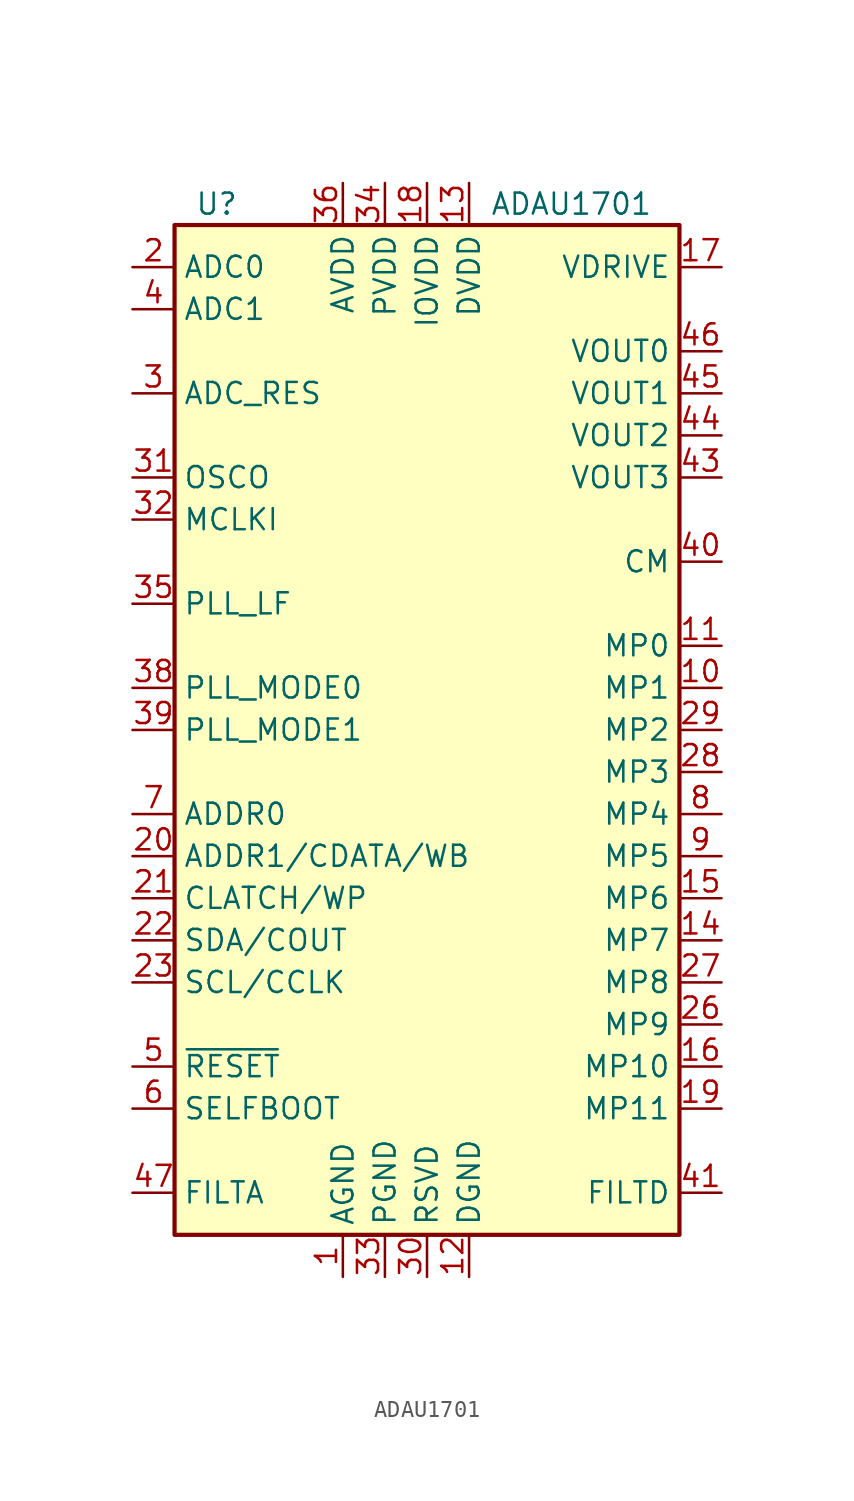
<source format=kicad_sym>
(kicad_symbol_lib
  (version 20201005)
  (generator kicad_symbol_editor)
  (symbol "ADAU1701"
    (property "Reference" "U"
      (at -12.7 31.75 0)
      (effects (font (size 1.27 1.27))))
    (property "Value" "ADAU1701"
      (at 3.81 31.75 0)
      (effects (font (size 1.27 1.27)) (justify left)))
    (symbol "ADAU1701_0_1"
      (rectangle (start -15.24 30.48) (end 15.24 -30.48) (stroke (width 0.254)) (fill (type background))))
    (symbol "ADAU1701_1_1"
      (pin power_in line (at -5.08 -33.02 90) (length 2.54) (name "AGND" (effects (font (size 1.27 1.27)))) (number "1" (effects (font (size 1.27 1.27)))))
      (pin bidirectional line (at 17.78 2.54 180) (length 2.54) (name "MP1" (effects (font (size 1.27 1.27)))) (number "10" (effects (font (size 1.27 1.27)))))
      (pin bidirectional line (at 17.78 5.08 180) (length 2.54) (name "MP0" (effects (font (size 1.27 1.27)))) (number "11" (effects (font (size 1.27 1.27)))))
      (pin power_in line (at 2.54 -33.02 90) (length 2.54) (name "DGND" (effects (font (size 1.27 1.27)))) (number "12" (effects (font (size 1.27 1.27)))))
      (pin power_in line (at 2.54 33.02 270) (length 2.54) (name "DVDD" (effects (font (size 1.27 1.27)))) (number "13" (effects (font (size 1.27 1.27)))))
      (pin bidirectional line (at 17.78 -12.7 180) (length 2.54) (name "MP7" (effects (font (size 1.27 1.27)))) (number "14" (effects (font (size 1.27 1.27)))))
      (pin bidirectional line (at 17.78 -10.16 180) (length 2.54) (name "MP6" (effects (font (size 1.27 1.27)))) (number "15" (effects (font (size 1.27 1.27)))))
      (pin bidirectional line (at 17.78 -20.32 180) (length 2.54) (name "MP10" (effects (font (size 1.27 1.27)))) (number "16" (effects (font (size 1.27 1.27)))))
      (pin output line (at 17.78 27.94 180) (length 2.54) (name "VDRIVE" (effects (font (size 1.27 1.27)))) (number "17" (effects (font (size 1.27 1.27)))))
      (pin power_in line (at 0 33.02 270) (length 2.54) (name "IOVDD" (effects (font (size 1.27 1.27)))) (number "18" (effects (font (size 1.27 1.27)))))
      (pin bidirectional line (at 17.78 -22.86 180) (length 2.54) (name "MP11" (effects (font (size 1.27 1.27)))) (number "19" (effects (font (size 1.27 1.27)))))
      (pin input line (at -17.78 27.94 0) (length 2.54) (name "ADC0" (effects (font (size 1.27 1.27)))) (number "2" (effects (font (size 1.27 1.27)))))
      (pin input line (at -17.78 -7.62 0) (length 2.54) (name "ADDR1/CDATA/WB" (effects (font (size 1.27 1.27)))) (number "20" (effects (font (size 1.27 1.27)))))
      (pin bidirectional line (at -17.78 -10.16 0) (length 2.54) (name "CLATCH/WP" (effects (font (size 1.27 1.27)))) (number "21" (effects (font (size 1.27 1.27)))))
      (pin bidirectional line (at -17.78 -12.7 0) (length 2.54) (name "SDA/COUT" (effects (font (size 1.27 1.27)))) (number "22" (effects (font (size 1.27 1.27)))))
      (pin bidirectional line (at -17.78 -15.24 0) (length 2.54) (name "SCL/CCLK" (effects (font (size 1.27 1.27)))) (number "23" (effects (font (size 1.27 1.27)))))
      (pin passive line (at 2.54 33.02 270) (length 2.54) hide (name "DVDD" (effects (font (size 1.27 1.27)))) (number "24" (effects (font (size 1.27 1.27)))))
      (pin passive line (at 2.54 -33.02 90) (length 2.54) hide (name "DGND" (effects (font (size 1.27 1.27)))) (number "25" (effects (font (size 1.27 1.27)))))
      (pin bidirectional line (at 17.78 -17.78 180) (length 2.54) (name "MP9" (effects (font (size 1.27 1.27)))) (number "26" (effects (font (size 1.27 1.27)))))
      (pin bidirectional line (at 17.78 -15.24 180) (length 2.54) (name "MP8" (effects (font (size 1.27 1.27)))) (number "27" (effects (font (size 1.27 1.27)))))
      (pin bidirectional line (at 17.78 -2.54 180) (length 2.54) (name "MP3" (effects (font (size 1.27 1.27)))) (number "28" (effects (font (size 1.27 1.27)))))
      (pin bidirectional line (at 17.78 0 180) (length 2.54) (name "MP2" (effects (font (size 1.27 1.27)))) (number "29" (effects (font (size 1.27 1.27)))))
      (pin passive line (at -17.78 20.32 0) (length 2.54) (name "ADC_RES" (effects (font (size 1.27 1.27)))) (number "3" (effects (font (size 1.27 1.27)))))
      (pin passive line (at 0 -33.02 90) (length 2.54) (name "RSVD" (effects (font (size 1.27 1.27)))) (number "30" (effects (font (size 1.27 1.27)))))
      (pin passive line (at -17.78 15.24 0) (length 2.54) (name "OSCO" (effects (font (size 1.27 1.27)))) (number "31" (effects (font (size 1.27 1.27)))))
      (pin passive line (at -17.78 12.7 0) (length 2.54) (name "MCLKI" (effects (font (size 1.27 1.27)))) (number "32" (effects (font (size 1.27 1.27)))))
      (pin power_in line (at -2.54 -33.02 90) (length 2.54) (name "PGND" (effects (font (size 1.27 1.27)))) (number "33" (effects (font (size 1.27 1.27)))))
      (pin power_in line (at -2.54 33.02 270) (length 2.54) (name "PVDD" (effects (font (size 1.27 1.27)))) (number "34" (effects (font (size 1.27 1.27)))))
      (pin passive line (at -17.78 7.62 0) (length 2.54) (name "PLL_LF" (effects (font (size 1.27 1.27)))) (number "35" (effects (font (size 1.27 1.27)))))
      (pin power_in line (at -5.08 33.02 270) (length 2.54) (name "AVDD" (effects (font (size 1.27 1.27)))) (number "36" (effects (font (size 1.27 1.27)))))
      (pin passive line (at -5.08 -33.02 90) (length 2.54) hide (name "AGND" (effects (font (size 1.27 1.27)))) (number "37" (effects (font (size 1.27 1.27)))))
      (pin input line (at -17.78 2.54 0) (length 2.54) (name "PLL_MODE0" (effects (font (size 1.27 1.27)))) (number "38" (effects (font (size 1.27 1.27)))))
      (pin input line (at -17.78 0 0) (length 2.54) (name "PLL_MODE1" (effects (font (size 1.27 1.27)))) (number "39" (effects (font (size 1.27 1.27)))))
      (pin input line (at -17.78 25.4 0) (length 2.54) (name "ADC1" (effects (font (size 1.27 1.27)))) (number "4" (effects (font (size 1.27 1.27)))))
      (pin output line (at 17.78 10.16 180) (length 2.54) (name "CM" (effects (font (size 1.27 1.27)))) (number "40" (effects (font (size 1.27 1.27)))))
      (pin output line (at 17.78 -27.94 180) (length 2.54) (name "FILTD" (effects (font (size 1.27 1.27)))) (number "41" (effects (font (size 1.27 1.27)))))
      (pin passive line (at -5.08 -33.02 90) (length 2.54) hide (name "AGND" (effects (font (size 1.27 1.27)))) (number "42" (effects (font (size 1.27 1.27)))))
      (pin output line (at 17.78 15.24 180) (length 2.54) (name "VOUT3" (effects (font (size 1.27 1.27)))) (number "43" (effects (font (size 1.27 1.27)))))
      (pin output line (at 17.78 17.78 180) (length 2.54) (name "VOUT2" (effects (font (size 1.27 1.27)))) (number "44" (effects (font (size 1.27 1.27)))))
      (pin output line (at 17.78 20.32 180) (length 2.54) (name "VOUT1" (effects (font (size 1.27 1.27)))) (number "45" (effects (font (size 1.27 1.27)))))
      (pin output line (at 17.78 22.86 180) (length 2.54) (name "VOUT0" (effects (font (size 1.27 1.27)))) (number "46" (effects (font (size 1.27 1.27)))))
      (pin output line (at -17.78 -27.94 0) (length 2.54) (name "FILTA" (effects (font (size 1.27 1.27)))) (number "47" (effects (font (size 1.27 1.27)))))
      (pin passive line (at -5.08 33.02 270) (length 2.54) hide (name "AVDD" (effects (font (size 1.27 1.27)))) (number "48" (effects (font (size 1.27 1.27)))))
      (pin input line (at -17.78 -20.32 0) (length 2.54) (name "~RESET" (effects (font (size 1.27 1.27)))) (number "5" (effects (font (size 1.27 1.27)))))
      (pin input line (at -17.78 -22.86 0) (length 2.54) (name "SELFBOOT" (effects (font (size 1.27 1.27)))) (number "6" (effects (font (size 1.27 1.27)))))
      (pin input line (at -17.78 -5.08 0) (length 2.54) (name "ADDR0" (effects (font (size 1.27 1.27)))) (number "7" (effects (font (size 1.27 1.27)))))
      (pin bidirectional line (at 17.78 -5.08 180) (length 2.54) (name "MP4" (effects (font (size 1.27 1.27)))) (number "8" (effects (font (size 1.27 1.27)))))
      (pin bidirectional line (at 17.78 -7.62 180) (length 2.54) (name "MP5" (effects (font (size 1.27 1.27)))) (number "9" (effects (font (size 1.27 1.27))))))))
</source>
